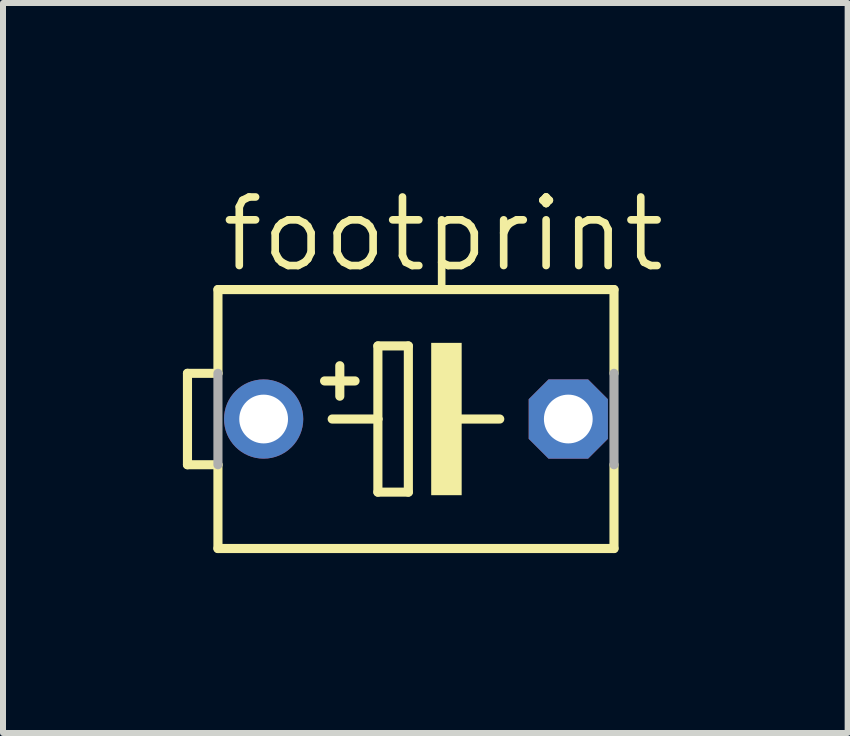
<source format=kicad_pcb>
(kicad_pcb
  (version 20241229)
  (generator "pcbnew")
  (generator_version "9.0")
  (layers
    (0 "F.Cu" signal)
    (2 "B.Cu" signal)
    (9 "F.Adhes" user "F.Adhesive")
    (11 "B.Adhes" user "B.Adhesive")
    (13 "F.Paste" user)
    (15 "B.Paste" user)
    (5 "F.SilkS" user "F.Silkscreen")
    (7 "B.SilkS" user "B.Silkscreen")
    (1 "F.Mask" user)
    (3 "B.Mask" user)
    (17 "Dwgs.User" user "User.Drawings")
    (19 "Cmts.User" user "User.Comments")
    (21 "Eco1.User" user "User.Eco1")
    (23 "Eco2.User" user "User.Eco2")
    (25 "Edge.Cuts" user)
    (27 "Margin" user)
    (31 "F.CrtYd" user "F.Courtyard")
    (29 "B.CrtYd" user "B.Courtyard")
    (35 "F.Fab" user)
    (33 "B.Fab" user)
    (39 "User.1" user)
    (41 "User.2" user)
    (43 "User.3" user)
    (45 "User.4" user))
  (footprint "footprint"
    (layer "F.Cu")
    (at 3.886 3.937)
    (property "Reference" "footprint" (at -3.302 -2.413 0) (layer "F.SilkS") (effects (font (size 1.143 1.143) (thickness 0.127)) (justify left bottom)))
    (fp_line (start -3.81 -0.762) (end -3.81 0.762) (stroke (width 0.152) (type solid)) (layer "F.SilkS"))
    (fp_line (start -3.81 0.762) (end -3.302 0.762) (stroke (width 0.152) (type solid)) (layer "F.SilkS"))
    (fp_line (start -3.302 -0.762) (end -3.81 -0.762) (stroke (width 0.152) (type solid)) (layer "F.SilkS"))
    (fp_line (start -3.302 -0.762) (end -3.302 -2.159) (stroke (width 0.152) (type solid)) (layer "F.SilkS"))
    (fp_line (start -3.302 2.159) (end -3.302 0.762) (stroke (width 0.152) (type solid)) (layer "F.SilkS"))
    (fp_line (start -3.302 2.159) (end 3.302 2.159) (stroke (width 0.152) (type solid)) (layer "F.SilkS"))
    (fp_line (start -1.524 -0.635) (end -1.016 -0.635) (stroke (width 0.152) (type solid)) (layer "F.SilkS"))
    (fp_line (start -1.397 0) (end -0.635 0) (stroke (width 0.152) (type solid)) (layer "F.SilkS"))
    (fp_line (start -1.27 -0.889) (end -1.27 -0.381) (stroke (width 0.152) (type solid)) (layer "F.SilkS"))
    (fp_line (start -0.635 -1.219) (end -0.635 0) (stroke (width 0.152) (type solid)) (layer "F.SilkS"))
    (fp_line (start -0.635 0) (end -0.635 1.219) (stroke (width 0.152) (type solid)) (layer "F.SilkS"))
    (fp_line (start -0.635 1.219) (end -0.127 1.219) (stroke (width 0.152) (type solid)) (layer "F.SilkS"))
    (fp_line (start -0.127 -1.219) (end -0.635 -1.219) (stroke (width 0.152) (type solid)) (layer "F.SilkS"))
    (fp_line (start -0.127 1.219) (end -0.127 -1.219) (stroke (width 0.152) (type solid)) (layer "F.SilkS"))
    (fp_line (start 0.635 0) (end 1.397 0) (stroke (width 0.152) (type solid)) (layer "F.SilkS"))
    (fp_line (start 3.302 -2.159) (end -3.302 -2.159) (stroke (width 0.152) (type solid)) (layer "F.SilkS"))
    (fp_line (start 3.302 -0.762) (end 3.302 -2.159) (stroke (width 0.152) (type solid)) (layer "F.SilkS"))
    (fp_line (start 3.302 2.159) (end 3.302 0.762) (stroke (width 0.152) (type solid)) (layer "F.SilkS"))
    (fp_poly (pts (xy 0.254 1.27) (xy 0.762 1.27) (xy 0.762 -1.27) (xy 0.254 -1.27)) (stroke (width 0) (type solid)) (fill yes) (layer "F.SilkS"))
    (fp_line (start -3.302 0.762) (end -3.302 -0.762) (stroke (width 0.152) (type solid)) (layer "F.Fab"))
    (fp_line (start 3.302 -0.762) (end 3.302 0.762) (stroke (width 0.152) (type solid)) (layer "F.Fab"))
    (pad "+" thru_hole circle (at -2.54 0) (size 1.321 1.321) (drill 0.813) (layers "*.Cu" "*.Mask"))
    (pad "-" thru_hole roundrect (at 2.54 0) (size 1.321 1.321) (drill 0.813) (layers "*.Cu" "*.Mask") (roundrect_rratio 0.25) (chamfer_ratio 0.25) (chamfer top_left top_right bottom_left bottom_right)))
  (gr_rect
    (start -3 -3)
    (end 11.084 9.172)
    (stroke (width 0.1) (type default))
    (fill no)
    (layer "Edge.Cuts")))
</source>
